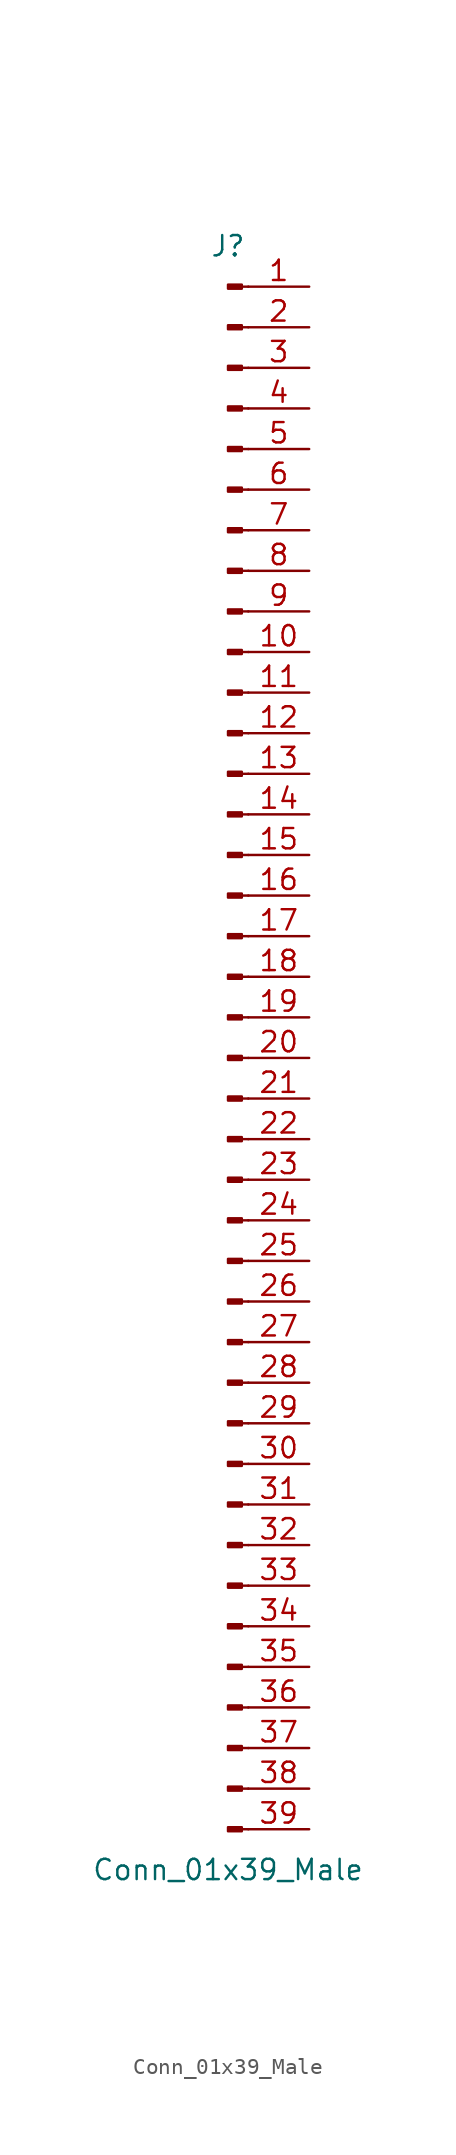
<source format=kicad_sym>
(kicad_symbol_lib
  (version 20201005)
  (generator kicad_symbol_editor)
  (symbol "Connector:Conn_01x39_Male"
    (pin_names
      (offset 1.016) hide)
    (property "Reference" "J"
      (at 0 50.8 0)
      (effects (font (size 1.27 1.27))))
    (property "Value" "Conn_01x39_Male"
      (at 0 -50.8 0)
      (effects (font (size 1.27 1.27))))
    (symbol "Conn_01x39_Male_1_1"
      (rectangle (start 0.864 -48.133) (end 0 -48.387) (stroke (width 0.152)) (fill (type outline)))
      (rectangle (start 0.864 -45.593) (end 0 -45.847) (stroke (width 0.152)) (fill (type outline)))
      (rectangle (start 0.864 -43.053) (end 0 -43.307) (stroke (width 0.152)) (fill (type outline)))
      (rectangle (start 0.864 -40.513) (end 0 -40.767) (stroke (width 0.152)) (fill (type outline)))
      (rectangle (start 0.864 -37.973) (end 0 -38.227) (stroke (width 0.152)) (fill (type outline)))
      (rectangle (start 0.864 -35.433) (end 0 -35.687) (stroke (width 0.152)) (fill (type outline)))
      (rectangle (start 0.864 -32.893) (end 0 -33.147) (stroke (width 0.152)) (fill (type outline)))
      (rectangle (start 0.864 -30.353) (end 0 -30.607) (stroke (width 0.152)) (fill (type outline)))
      (rectangle (start 0.864 -27.813) (end 0 -28.067) (stroke (width 0.152)) (fill (type outline)))
      (rectangle (start 0.864 -25.273) (end 0 -25.527) (stroke (width 0.152)) (fill (type outline)))
      (rectangle (start 0.864 -22.733) (end 0 -22.987) (stroke (width 0.152)) (fill (type outline)))
      (rectangle (start 0.864 -20.193) (end 0 -20.447) (stroke (width 0.152)) (fill (type outline)))
      (rectangle (start 0.864 -17.653) (end 0 -17.907) (stroke (width 0.152)) (fill (type outline)))
      (rectangle (start 0.864 -15.113) (end 0 -15.367) (stroke (width 0.152)) (fill (type outline)))
      (rectangle (start 0.864 -12.573) (end 0 -12.827) (stroke (width 0.152)) (fill (type outline)))
      (rectangle (start 0.864 -10.033) (end 0 -10.287) (stroke (width 0.152)) (fill (type outline)))
      (rectangle (start 0.864 -7.493) (end 0 -7.747) (stroke (width 0.152)) (fill (type outline)))
      (rectangle (start 0.864 -4.953) (end 0 -5.207) (stroke (width 0.152)) (fill (type outline)))
      (rectangle (start 0.864 -2.413) (end 0 -2.667) (stroke (width 0.152)) (fill (type outline)))
      (rectangle (start 0.864 0.127) (end 0 -0.127) (stroke (width 0.152)) (fill (type outline)))
      (rectangle (start 0.864 2.667) (end 0 2.413) (stroke (width 0.152)) (fill (type outline)))
      (rectangle (start 0.864 5.207) (end 0 4.953) (stroke (width 0.152)) (fill (type outline)))
      (rectangle (start 0.864 7.747) (end 0 7.493) (stroke (width 0.152)) (fill (type outline)))
      (rectangle (start 0.864 10.287) (end 0 10.033) (stroke (width 0.152)) (fill (type outline)))
      (rectangle (start 0.864 12.827) (end 0 12.573) (stroke (width 0.152)) (fill (type outline)))
      (rectangle (start 0.864 15.367) (end 0 15.113) (stroke (width 0.152)) (fill (type outline)))
      (rectangle (start 0.864 17.907) (end 0 17.653) (stroke (width 0.152)) (fill (type outline)))
      (rectangle (start 0.864 20.447) (end 0 20.193) (stroke (width 0.152)) (fill (type outline)))
      (rectangle (start 0.864 22.987) (end 0 22.733) (stroke (width 0.152)) (fill (type outline)))
      (rectangle (start 0.864 25.527) (end 0 25.273) (stroke (width 0.152)) (fill (type outline)))
      (rectangle (start 0.864 28.067) (end 0 27.813) (stroke (width 0.152)) (fill (type outline)))
      (rectangle (start 0.864 30.607) (end 0 30.353) (stroke (width 0.152)) (fill (type outline)))
      (rectangle (start 0.864 33.147) (end 0 32.893) (stroke (width 0.152)) (fill (type outline)))
      (rectangle (start 0.864 35.687) (end 0 35.433) (stroke (width 0.152)) (fill (type outline)))
      (rectangle (start 0.864 38.227) (end 0 37.973) (stroke (width 0.152)) (fill (type outline)))
      (rectangle (start 0.864 40.767) (end 0 40.513) (stroke (width 0.152)) (fill (type outline)))
      (rectangle (start 0.864 43.307) (end 0 43.053) (stroke (width 0.152)) (fill (type outline)))
      (rectangle (start 0.864 45.847) (end 0 45.593) (stroke (width 0.152)) (fill (type outline)))
      (rectangle (start 0.864 48.387) (end 0 48.133) (stroke (width 0.152)) (fill (type outline)))
      (polyline (pts (xy 1.27 -48.26) (xy 0.864 -48.26)) (stroke (width 0.152)) (fill (type none)))
      (polyline (pts (xy 1.27 -45.72) (xy 0.864 -45.72)) (stroke (width 0.152)) (fill (type none)))
      (polyline (pts (xy 1.27 -43.18) (xy 0.864 -43.18)) (stroke (width 0.152)) (fill (type none)))
      (polyline (pts (xy 1.27 -40.64) (xy 0.864 -40.64)) (stroke (width 0.152)) (fill (type none)))
      (polyline (pts (xy 1.27 -38.1) (xy 0.864 -38.1)) (stroke (width 0.152)) (fill (type none)))
      (polyline (pts (xy 1.27 -35.56) (xy 0.864 -35.56)) (stroke (width 0.152)) (fill (type none)))
      (polyline (pts (xy 1.27 -33.02) (xy 0.864 -33.02)) (stroke (width 0.152)) (fill (type none)))
      (polyline (pts (xy 1.27 -30.48) (xy 0.864 -30.48)) (stroke (width 0.152)) (fill (type none)))
      (polyline (pts (xy 1.27 -27.94) (xy 0.864 -27.94)) (stroke (width 0.152)) (fill (type none)))
      (polyline (pts (xy 1.27 -25.4) (xy 0.864 -25.4)) (stroke (width 0.152)) (fill (type none)))
      (polyline (pts (xy 1.27 -22.86) (xy 0.864 -22.86)) (stroke (width 0.152)) (fill (type none)))
      (polyline (pts (xy 1.27 -20.32) (xy 0.864 -20.32)) (stroke (width 0.152)) (fill (type none)))
      (polyline (pts (xy 1.27 -17.78) (xy 0.864 -17.78)) (stroke (width 0.152)) (fill (type none)))
      (polyline (pts (xy 1.27 -15.24) (xy 0.864 -15.24)) (stroke (width 0.152)) (fill (type none)))
      (polyline (pts (xy 1.27 -12.7) (xy 0.864 -12.7)) (stroke (width 0.152)) (fill (type none)))
      (polyline (pts (xy 1.27 -10.16) (xy 0.864 -10.16)) (stroke (width 0.152)) (fill (type none)))
      (polyline (pts (xy 1.27 -7.62) (xy 0.864 -7.62)) (stroke (width 0.152)) (fill (type none)))
      (polyline (pts (xy 1.27 -5.08) (xy 0.864 -5.08)) (stroke (width 0.152)) (fill (type none)))
      (polyline (pts (xy 1.27 -2.54) (xy 0.864 -2.54)) (stroke (width 0.152)) (fill (type none)))
      (polyline (pts (xy 1.27 0) (xy 0.864 0)) (stroke (width 0.152)) (fill (type none)))
      (polyline (pts (xy 1.27 2.54) (xy 0.864 2.54)) (stroke (width 0.152)) (fill (type none)))
      (polyline (pts (xy 1.27 5.08) (xy 0.864 5.08)) (stroke (width 0.152)) (fill (type none)))
      (polyline (pts (xy 1.27 7.62) (xy 0.864 7.62)) (stroke (width 0.152)) (fill (type none)))
      (polyline (pts (xy 1.27 10.16) (xy 0.864 10.16)) (stroke (width 0.152)) (fill (type none)))
      (polyline (pts (xy 1.27 12.7) (xy 0.864 12.7)) (stroke (width 0.152)) (fill (type none)))
      (polyline (pts (xy 1.27 15.24) (xy 0.864 15.24)) (stroke (width 0.152)) (fill (type none)))
      (polyline (pts (xy 1.27 17.78) (xy 0.864 17.78)) (stroke (width 0.152)) (fill (type none)))
      (polyline (pts (xy 1.27 20.32) (xy 0.864 20.32)) (stroke (width 0.152)) (fill (type none)))
      (polyline (pts (xy 1.27 22.86) (xy 0.864 22.86)) (stroke (width 0.152)) (fill (type none)))
      (polyline (pts (xy 1.27 25.4) (xy 0.864 25.4)) (stroke (width 0.152)) (fill (type none)))
      (polyline (pts (xy 1.27 27.94) (xy 0.864 27.94)) (stroke (width 0.152)) (fill (type none)))
      (polyline (pts (xy 1.27 30.48) (xy 0.864 30.48)) (stroke (width 0.152)) (fill (type none)))
      (polyline (pts (xy 1.27 33.02) (xy 0.864 33.02)) (stroke (width 0.152)) (fill (type none)))
      (polyline (pts (xy 1.27 35.56) (xy 0.864 35.56)) (stroke (width 0.152)) (fill (type none)))
      (polyline (pts (xy 1.27 38.1) (xy 0.864 38.1)) (stroke (width 0.152)) (fill (type none)))
      (polyline (pts (xy 1.27 40.64) (xy 0.864 40.64)) (stroke (width 0.152)) (fill (type none)))
      (polyline (pts (xy 1.27 43.18) (xy 0.864 43.18)) (stroke (width 0.152)) (fill (type none)))
      (polyline (pts (xy 1.27 45.72) (xy 0.864 45.72)) (stroke (width 0.152)) (fill (type none)))
      (polyline (pts (xy 1.27 48.26) (xy 0.864 48.26)) (stroke (width 0.152)) (fill (type none)))
      (pin passive line (at 5.08 48.26 180) (length 3.81) (name "Pin_1" (effects (font (size 1.27 1.27)))) (number "1" (effects (font (size 1.27 1.27)))))
      (pin passive line (at 5.08 25.4 180) (length 3.81) (name "Pin_10" (effects (font (size 1.27 1.27)))) (number "10" (effects (font (size 1.27 1.27)))))
      (pin passive line (at 5.08 22.86 180) (length 3.81) (name "Pin_11" (effects (font (size 1.27 1.27)))) (number "11" (effects (font (size 1.27 1.27)))))
      (pin passive line (at 5.08 20.32 180) (length 3.81) (name "Pin_12" (effects (font (size 1.27 1.27)))) (number "12" (effects (font (size 1.27 1.27)))))
      (pin passive line (at 5.08 17.78 180) (length 3.81) (name "Pin_13" (effects (font (size 1.27 1.27)))) (number "13" (effects (font (size 1.27 1.27)))))
      (pin passive line (at 5.08 15.24 180) (length 3.81) (name "Pin_14" (effects (font (size 1.27 1.27)))) (number "14" (effects (font (size 1.27 1.27)))))
      (pin passive line (at 5.08 12.7 180) (length 3.81) (name "Pin_15" (effects (font (size 1.27 1.27)))) (number "15" (effects (font (size 1.27 1.27)))))
      (pin passive line (at 5.08 10.16 180) (length 3.81) (name "Pin_16" (effects (font (size 1.27 1.27)))) (number "16" (effects (font (size 1.27 1.27)))))
      (pin passive line (at 5.08 7.62 180) (length 3.81) (name "Pin_17" (effects (font (size 1.27 1.27)))) (number "17" (effects (font (size 1.27 1.27)))))
      (pin passive line (at 5.08 5.08 180) (length 3.81) (name "Pin_18" (effects (font (size 1.27 1.27)))) (number "18" (effects (font (size 1.27 1.27)))))
      (pin passive line (at 5.08 2.54 180) (length 3.81) (name "Pin_19" (effects (font (size 1.27 1.27)))) (number "19" (effects (font (size 1.27 1.27)))))
      (pin passive line (at 5.08 45.72 180) (length 3.81) (name "Pin_2" (effects (font (size 1.27 1.27)))) (number "2" (effects (font (size 1.27 1.27)))))
      (pin passive line (at 5.08 0 180) (length 3.81) (name "Pin_20" (effects (font (size 1.27 1.27)))) (number "20" (effects (font (size 1.27 1.27)))))
      (pin passive line (at 5.08 -2.54 180) (length 3.81) (name "Pin_21" (effects (font (size 1.27 1.27)))) (number "21" (effects (font (size 1.27 1.27)))))
      (pin passive line (at 5.08 -5.08 180) (length 3.81) (name "Pin_22" (effects (font (size 1.27 1.27)))) (number "22" (effects (font (size 1.27 1.27)))))
      (pin passive line (at 5.08 -7.62 180) (length 3.81) (name "Pin_23" (effects (font (size 1.27 1.27)))) (number "23" (effects (font (size 1.27 1.27)))))
      (pin passive line (at 5.08 -10.16 180) (length 3.81) (name "Pin_24" (effects (font (size 1.27 1.27)))) (number "24" (effects (font (size 1.27 1.27)))))
      (pin passive line (at 5.08 -12.7 180) (length 3.81) (name "Pin_25" (effects (font (size 1.27 1.27)))) (number "25" (effects (font (size 1.27 1.27)))))
      (pin passive line (at 5.08 -15.24 180) (length 3.81) (name "Pin_26" (effects (font (size 1.27 1.27)))) (number "26" (effects (font (size 1.27 1.27)))))
      (pin passive line (at 5.08 -17.78 180) (length 3.81) (name "Pin_27" (effects (font (size 1.27 1.27)))) (number "27" (effects (font (size 1.27 1.27)))))
      (pin passive line (at 5.08 -20.32 180) (length 3.81) (name "Pin_28" (effects (font (size 1.27 1.27)))) (number "28" (effects (font (size 1.27 1.27)))))
      (pin passive line (at 5.08 -22.86 180) (length 3.81) (name "Pin_29" (effects (font (size 1.27 1.27)))) (number "29" (effects (font (size 1.27 1.27)))))
      (pin passive line (at 5.08 43.18 180) (length 3.81) (name "Pin_3" (effects (font (size 1.27 1.27)))) (number "3" (effects (font (size 1.27 1.27)))))
      (pin passive line (at 5.08 -25.4 180) (length 3.81) (name "Pin_30" (effects (font (size 1.27 1.27)))) (number "30" (effects (font (size 1.27 1.27)))))
      (pin passive line (at 5.08 -27.94 180) (length 3.81) (name "Pin_31" (effects (font (size 1.27 1.27)))) (number "31" (effects (font (size 1.27 1.27)))))
      (pin passive line (at 5.08 -30.48 180) (length 3.81) (name "Pin_32" (effects (font (size 1.27 1.27)))) (number "32" (effects (font (size 1.27 1.27)))))
      (pin passive line (at 5.08 -33.02 180) (length 3.81) (name "Pin_33" (effects (font (size 1.27 1.27)))) (number "33" (effects (font (size 1.27 1.27)))))
      (pin passive line (at 5.08 -35.56 180) (length 3.81) (name "Pin_34" (effects (font (size 1.27 1.27)))) (number "34" (effects (font (size 1.27 1.27)))))
      (pin passive line (at 5.08 -38.1 180) (length 3.81) (name "Pin_35" (effects (font (size 1.27 1.27)))) (number "35" (effects (font (size 1.27 1.27)))))
      (pin passive line (at 5.08 -40.64 180) (length 3.81) (name "Pin_36" (effects (font (size 1.27 1.27)))) (number "36" (effects (font (size 1.27 1.27)))))
      (pin passive line (at 5.08 -43.18 180) (length 3.81) (name "Pin_37" (effects (font (size 1.27 1.27)))) (number "37" (effects (font (size 1.27 1.27)))))
      (pin passive line (at 5.08 -45.72 180) (length 3.81) (name "Pin_38" (effects (font (size 1.27 1.27)))) (number "38" (effects (font (size 1.27 1.27)))))
      (pin passive line (at 5.08 -48.26 180) (length 3.81) (name "Pin_39" (effects (font (size 1.27 1.27)))) (number "39" (effects (font (size 1.27 1.27)))))
      (pin passive line (at 5.08 40.64 180) (length 3.81) (name "Pin_4" (effects (font (size 1.27 1.27)))) (number "4" (effects (font (size 1.27 1.27)))))
      (pin passive line (at 5.08 38.1 180) (length 3.81) (name "Pin_5" (effects (font (size 1.27 1.27)))) (number "5" (effects (font (size 1.27 1.27)))))
      (pin passive line (at 5.08 35.56 180) (length 3.81) (name "Pin_6" (effects (font (size 1.27 1.27)))) (number "6" (effects (font (size 1.27 1.27)))))
      (pin passive line (at 5.08 33.02 180) (length 3.81) (name "Pin_7" (effects (font (size 1.27 1.27)))) (number "7" (effects (font (size 1.27 1.27)))))
      (pin passive line (at 5.08 30.48 180) (length 3.81) (name "Pin_8" (effects (font (size 1.27 1.27)))) (number "8" (effects (font (size 1.27 1.27)))))
      (pin passive line (at 5.08 27.94 180) (length 3.81) (name "Pin_9" (effects (font (size 1.27 1.27)))) (number "9" (effects (font (size 1.27 1.27))))))))
</source>
